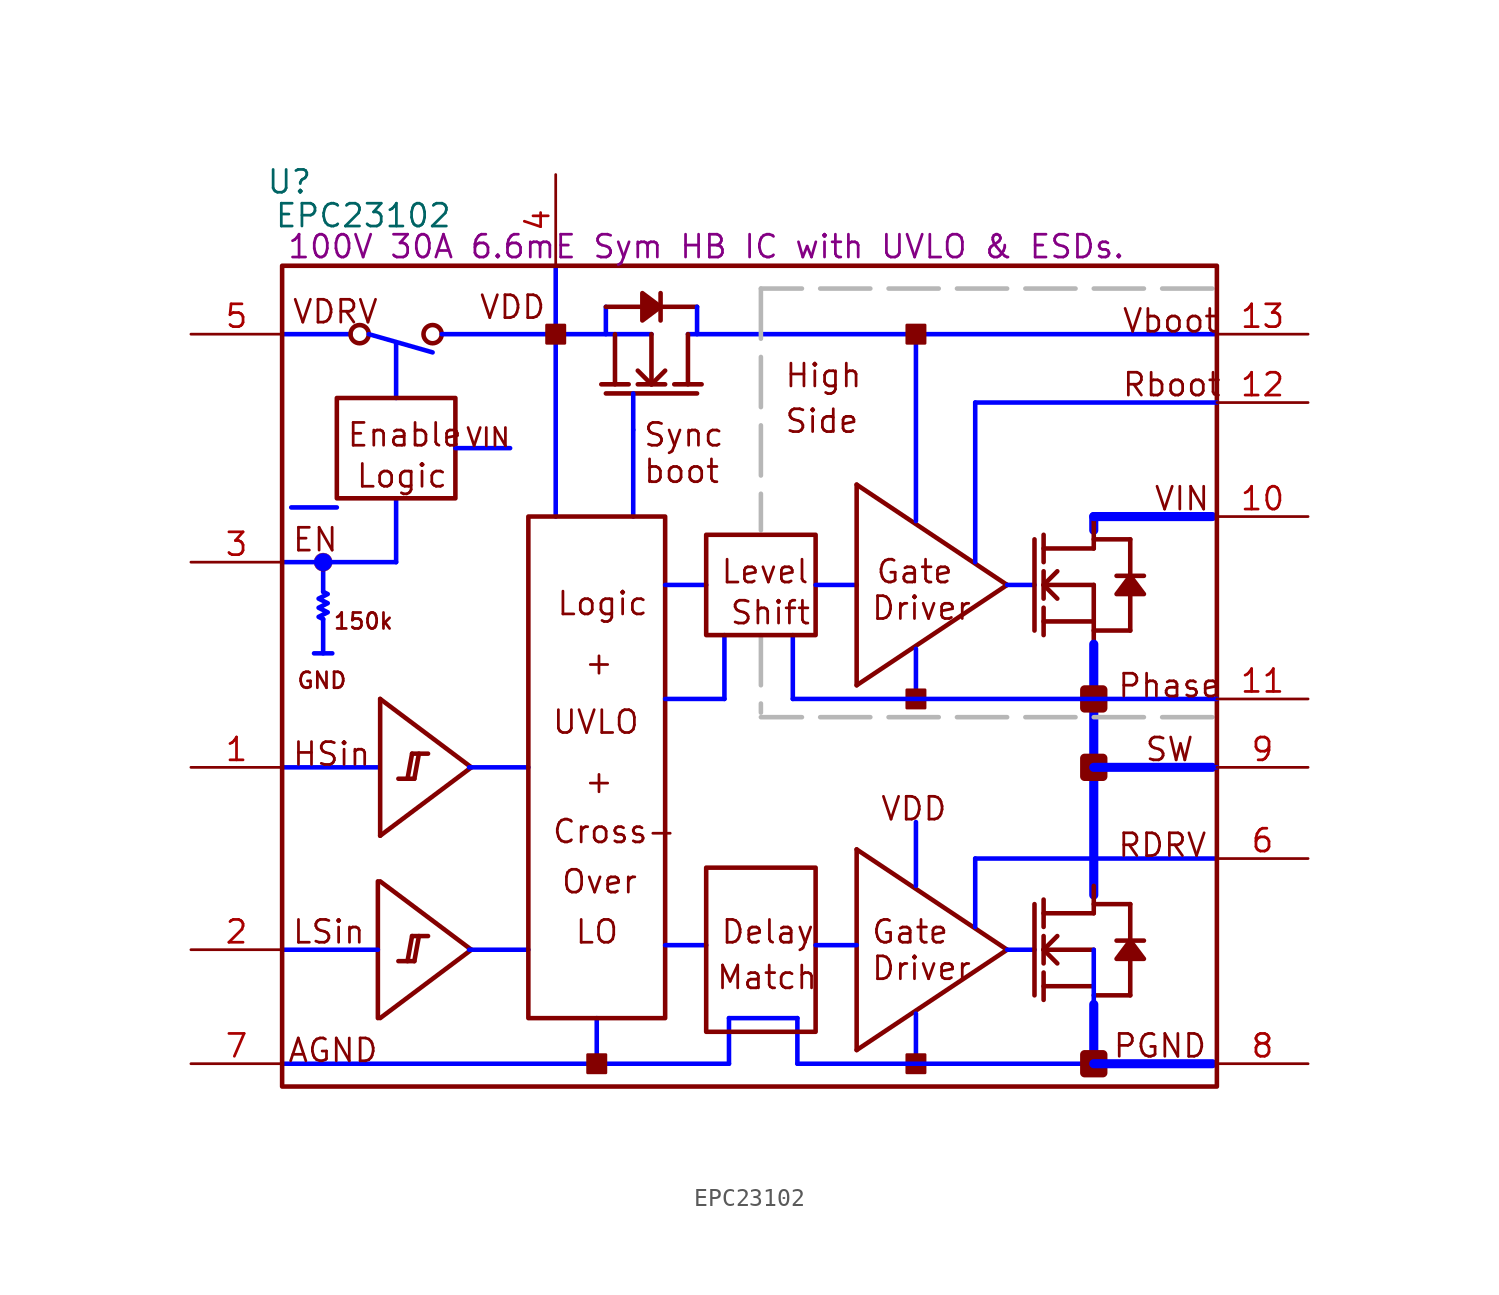
<source format=kicad_sym>
(kicad_symbol_lib
  (version 20231120)
  (generator "kicad_symbol_editor")
  (generator_version "8.0")
  (symbol "EPC23102"
    (property "Reference" "U"
      (at 5.486 50.394 0)
      (effects (font (size 1.27 1.27))))
    (property "Value" "EPC23102"
      (at 9.601 48.514 0)
      (effects (font (size 1.27 1.27))))
    (property "Description" "100V 30A 6.6mE Sym HB IC with UVLO & ESDs."
      (at 28.702 46.787 0)
      (effects (font (size 1.27 1.27))))
    (symbol "EPC23102_1_0"
      (polyline (pts (xy 5.08 1.27) (xy 29.972 1.27)) (stroke (width 0.254) (type solid) (color 0 0 255 1)) (fill (type none)))
      (polyline (pts (xy 5.08 41.91) (xy 8.89 41.91)) (stroke (width 0.254) (type solid) (color 0 0 255 1)) (fill (type none)))
      (polyline (pts (xy 5.588 32.258) (xy 8.128 32.258)) (stroke (width 0.254) (type solid) (color 0 0 255 1)) (fill (type none)))
      (polyline (pts (xy 7.366 26.035) (xy 7.366 24.13)) (stroke (width 0.254) (type solid) (color 0 0 255 1)) (fill (type none)))
      (polyline (pts (xy 7.366 29.21) (xy 7.366 27.559)) (stroke (width 0.254) (type solid) (color 0 0 255 1)) (fill (type none)))
      (polyline (pts (xy 7.874 24.13) (xy 6.858 24.13)) (stroke (width 0.254) (type solid) (color 0 0 255 1)) (fill (type none)))
      (polyline (pts (xy 9.906 41.91) (xy 13.462 40.894)) (stroke (width 0.254) (type solid) (color 0 0 255 1)) (fill (type none)))
      (polyline (pts (xy 10.414 7.62) (xy 5.08 7.62)) (stroke (width 0.254) (type solid) (color 0 0 255 1)) (fill (type none)))
      (polyline (pts (xy 10.414 11.43) (xy 10.414 3.81)) (stroke (width 0.254) (type solid)) (fill (type none)))
      (polyline (pts (xy 10.414 17.78) (xy 5.08 17.78)) (stroke (width 0.254) (type solid) (color 0 0 255 1)) (fill (type none)))
      (polyline (pts (xy 10.541 3.81) (xy 15.621 7.62)) (stroke (width 0.254) (type solid)) (fill (type none)))
      (polyline (pts (xy 10.541 11.43) (xy 15.621 7.62)) (stroke (width 0.254) (type solid)) (fill (type none)))
      (polyline (pts (xy 10.541 13.97) (xy 15.621 17.78)) (stroke (width 0.254) (type solid)) (fill (type none)))
      (polyline (pts (xy 10.541 21.59) (xy 10.541 13.97)) (stroke (width 0.254) (type solid)) (fill (type none)))
      (polyline (pts (xy 10.541 21.59) (xy 15.621 17.78)) (stroke (width 0.254) (type solid)) (fill (type none)))
      (polyline (pts (xy 11.43 29.21) (xy 5.08 29.21)) (stroke (width 0.254) (type solid) (color 0 0 255 1)) (fill (type none)))
      (polyline (pts (xy 11.43 29.21) (xy 11.43 32.766)) (stroke (width 0.254) (type solid) (color 0 0 255 1)) (fill (type none)))
      (polyline (pts (xy 11.43 38.354) (xy 11.43 41.402)) (stroke (width 0.254) (type solid) (color 0 0 255 1)) (fill (type none)))
      (polyline (pts (xy 12.065 6.985) (xy 12.319 8.382)) (stroke (width 0.254) (type solid)) (fill (type none)))
      (polyline (pts (xy 12.065 17.145) (xy 12.319 18.542)) (stroke (width 0.254) (type solid)) (fill (type none)))
      (polyline (pts (xy 12.446 6.985) (xy 11.557 6.985)) (stroke (width 0.254) (type solid)) (fill (type none)))
      (polyline (pts (xy 12.446 6.985) (xy 12.7 8.382)) (stroke (width 0.254) (type solid)) (fill (type none)))
      (polyline (pts (xy 12.446 17.145) (xy 11.557 17.145)) (stroke (width 0.254) (type solid)) (fill (type none)))
      (polyline (pts (xy 12.446 17.145) (xy 12.7 18.542)) (stroke (width 0.254) (type solid)) (fill (type none)))
      (polyline (pts (xy 13.208 8.382) (xy 12.319 8.382)) (stroke (width 0.254) (type solid)) (fill (type none)))
      (polyline (pts (xy 13.208 18.542) (xy 12.319 18.542)) (stroke (width 0.254) (type solid)) (fill (type none)))
      (polyline (pts (xy 13.97 41.91) (xy 25.654 41.91)) (stroke (width 0.254) (type solid) (color 0 0 255 1)) (fill (type none)))
      (polyline (pts (xy 15.494 7.62) (xy 18.796 7.62)) (stroke (width 0.254) (type solid) (color 0 0 255 1)) (fill (type none)))
      (polyline (pts (xy 15.494 17.78) (xy 18.796 17.78)) (stroke (width 0.254) (type solid) (color 0 0 255 1)) (fill (type none)))
      (polyline (pts (xy 17.78 35.56) (xy 14.732 35.56)) (stroke (width 0.254) (type solid) (color 0 0 255 1)) (fill (type none)))
      (polyline (pts (xy 20.32 31.75) (xy 20.32 45.72)) (stroke (width 0.254) (type solid) (color 0 0 255 1)) (fill (type none)))
      (polyline (pts (xy 22.606 1.27) (xy 22.606 3.81)) (stroke (width 0.254) (type solid) (color 0 0 255 1)) (fill (type none)))
      (polyline (pts (xy 23.114 38.608) (xy 28.194 38.608)) (stroke (width 0.254) (type solid)) (fill (type none)))
      (polyline (pts (xy 23.114 43.434) (xy 23.114 41.91)) (stroke (width 0.254) (type solid) (color 0 0 255 1)) (fill (type none)))
      (polyline (pts (xy 23.114 43.434) (xy 25.146 43.434)) (stroke (width 0.254) (type solid)) (fill (type none)))
      (polyline (pts (xy 23.622 41.91) (xy 23.622 39.116)) (stroke (width 0.254) (type solid)) (fill (type none)))
      (polyline (pts (xy 24.384 39.116) (xy 22.86 39.116)) (stroke (width 0.254) (type solid)) (fill (type none)))
      (polyline (pts (xy 24.638 31.75) (xy 24.638 36.576)) (stroke (width 0.254) (type solid) (color 0 0 255 1)) (fill (type none)))
      (polyline (pts (xy 24.638 38.608) (xy 24.638 36.576)) (stroke (width 0.254) (type solid) (color 0 0 255 1)) (fill (type none)))
      (polyline (pts (xy 25.654 39.116) (xy 24.892 39.878)) (stroke (width 0.254) (type solid)) (fill (type none)))
      (polyline (pts (xy 25.654 39.116) (xy 25.654 41.91)) (stroke (width 0.254) (type solid)) (fill (type none)))
      (polyline (pts (xy 26.162 42.672) (xy 26.162 44.196)) (stroke (width 0.254) (type solid)) (fill (type none)))
      (polyline (pts (xy 26.162 43.434) (xy 28.194 43.434)) (stroke (width 0.254) (type solid)) (fill (type none)))
      (polyline (pts (xy 26.416 27.94) (xy 28.702 27.94)) (stroke (width 0.254) (type solid) (color 0 0 255 1)) (fill (type none)))
      (polyline (pts (xy 26.416 39.116) (xy 24.892 39.116)) (stroke (width 0.254) (type solid)) (fill (type none)))
      (polyline (pts (xy 26.416 39.878) (xy 25.654 39.116)) (stroke (width 0.254) (type solid)) (fill (type none)))
      (polyline (pts (xy 27.686 39.116) (xy 27.686 41.91)) (stroke (width 0.254) (type solid)) (fill (type none)))
      (polyline (pts (xy 27.686 41.91) (xy 57.15 41.91)) (stroke (width 0.254) (type solid) (color 0 0 255 1)) (fill (type none)))
      (polyline (pts (xy 28.194 43.434) (xy 28.194 41.91)) (stroke (width 0.254) (type solid) (color 0 0 255 1)) (fill (type none)))
      (polyline (pts (xy 28.448 39.116) (xy 26.924 39.116)) (stroke (width 0.254) (type solid)) (fill (type none)))
      (polyline (pts (xy 28.702 7.874) (xy 26.416 7.874)) (stroke (width 0.254) (type solid) (color 0 0 255 1)) (fill (type none)))
      (polyline (pts (xy 29.718 21.59) (xy 26.416 21.59)) (stroke (width 0.254) (type solid) (color 0 0 255 1)) (fill (type none)))
      (polyline (pts (xy 29.718 21.59) (xy 29.718 25.146)) (stroke (width 0.254) (type solid) (color 0 0 255 1)) (fill (type none)))
      (polyline (pts (xy 29.972 1.27) (xy 29.972 3.048)) (stroke (width 0.254) (type solid) (color 0 0 255 1)) (fill (type none)))
      (polyline (pts (xy 29.972 3.048) (xy 29.972 3.81)) (stroke (width 0.254) (type solid) (color 0 0 255 1)) (fill (type none)))
      (polyline (pts (xy 29.972 3.81) (xy 33.782 3.81)) (stroke (width 0.254) (type solid) (color 0 0 255 1)) (fill (type none)))
      (polyline (pts (xy 31.75 25.146) (xy 31.75 20.828)) (stroke (width 0.254) (type dash) (color 183 183 183 1)) (fill (type none)))
      (polyline (pts (xy 31.75 44.45) (xy 31.75 30.988)) (stroke (width 0.254) (type dash) (color 183 183 183 1)) (fill (type none)))
      (polyline (pts (xy 33.528 21.59) (xy 33.528 25.146)) (stroke (width 0.254) (type solid) (color 0 0 255 1)) (fill (type none)))
      (polyline (pts (xy 33.782 1.27) (xy 33.782 3.048)) (stroke (width 0.254) (type solid) (color 0 0 255 1)) (fill (type none)))
      (polyline (pts (xy 33.782 3.048) (xy 33.782 3.81)) (stroke (width 0.254) (type solid) (color 0 0 255 1)) (fill (type none)))
      (polyline (pts (xy 34.798 27.94) (xy 37.084 27.94)) (stroke (width 0.254) (type solid) (color 0 0 255 1)) (fill (type none)))
      (polyline (pts (xy 37.084 2.032) (xy 45.466 7.62)) (stroke (width 0.254) (type solid)) (fill (type none)))
      (polyline (pts (xy 37.084 7.874) (xy 34.798 7.874)) (stroke (width 0.254) (type solid) (color 0 0 255 1)) (fill (type none)))
      (polyline (pts (xy 37.084 13.208) (xy 37.084 2.032)) (stroke (width 0.254) (type solid)) (fill (type none)))
      (polyline (pts (xy 37.084 13.208) (xy 45.466 7.62)) (stroke (width 0.254) (type solid)) (fill (type none)))
      (polyline (pts (xy 37.084 22.352) (xy 45.466 27.94)) (stroke (width 0.254) (type solid)) (fill (type none)))
      (polyline (pts (xy 37.084 33.528) (xy 37.084 22.352)) (stroke (width 0.254) (type solid)) (fill (type none)))
      (polyline (pts (xy 37.084 33.528) (xy 45.466 27.94)) (stroke (width 0.254) (type solid)) (fill (type none)))
      (polyline (pts (xy 40.386 1.27) (xy 40.386 4.064)) (stroke (width 0.254) (type solid) (color 0 0 255 1)) (fill (type none)))
      (polyline (pts (xy 40.386 11.176) (xy 40.386 14.732)) (stroke (width 0.254) (type solid) (color 0 0 255 1)) (fill (type none)))
      (polyline (pts (xy 40.386 21.59) (xy 40.386 24.384)) (stroke (width 0.254) (type solid) (color 0 0 255 1)) (fill (type none)))
      (polyline (pts (xy 40.386 31.496) (xy 40.386 41.91)) (stroke (width 0.254) (type solid) (color 0 0 255 1)) (fill (type none)))
      (polyline (pts (xy 43.688 8.89) (xy 43.688 12.7)) (stroke (width 0.254) (type solid) (color 0 0 255 1)) (fill (type none)))
      (polyline (pts (xy 43.688 12.7) (xy 57.15 12.7)) (stroke (width 0.254) (type solid) (color 0 0 255 1)) (fill (type none)))
      (polyline (pts (xy 43.688 29.21) (xy 43.688 38.1)) (stroke (width 0.254) (type solid) (color 0 0 255 1)) (fill (type none)))
      (polyline (pts (xy 45.466 7.62) (xy 46.99 7.62)) (stroke (width 0.254) (type solid) (color 0 0 255 1)) (fill (type none)))
      (polyline (pts (xy 45.466 27.94) (xy 46.99 27.94)) (stroke (width 0.254) (type solid) (color 0 0 255 1)) (fill (type none)))
      (polyline (pts (xy 46.99 10.16) (xy 46.99 5.08)) (stroke (width 0.254) (type solid)) (fill (type none)))
      (polyline (pts (xy 46.99 30.48) (xy 46.99 25.4)) (stroke (width 0.254) (type solid)) (fill (type none)))
      (polyline (pts (xy 47.498 4.826) (xy 47.498 6.35)) (stroke (width 0.254) (type solid)) (fill (type none)))
      (polyline (pts (xy 47.498 5.588) (xy 50.292 5.588)) (stroke (width 0.254) (type solid)) (fill (type none)))
      (polyline (pts (xy 47.498 6.858) (xy 47.498 8.382)) (stroke (width 0.254) (type solid)) (fill (type none)))
      (polyline (pts (xy 47.498 7.62) (xy 48.26 8.382)) (stroke (width 0.254) (type solid)) (fill (type none)))
      (polyline (pts (xy 47.498 7.62) (xy 50.292 7.62)) (stroke (width 0.254) (type solid)) (fill (type none)))
      (polyline (pts (xy 47.498 8.89) (xy 47.498 10.414)) (stroke (width 0.254) (type solid)) (fill (type none)))
      (polyline (pts (xy 47.498 25.146) (xy 47.498 26.67)) (stroke (width 0.254) (type solid)) (fill (type none)))
      (polyline (pts (xy 47.498 25.908) (xy 50.292 25.908)) (stroke (width 0.254) (type solid)) (fill (type none)))
      (polyline (pts (xy 47.498 27.178) (xy 47.498 28.702)) (stroke (width 0.254) (type solid)) (fill (type none)))
      (polyline (pts (xy 47.498 27.94) (xy 48.26 28.702)) (stroke (width 0.254) (type solid)) (fill (type none)))
      (polyline (pts (xy 47.498 27.94) (xy 50.292 27.94)) (stroke (width 0.254) (type solid)) (fill (type none)))
      (polyline (pts (xy 47.498 29.21) (xy 47.498 30.734)) (stroke (width 0.254) (type solid)) (fill (type none)))
      (polyline (pts (xy 48.26 6.858) (xy 47.498 7.62)) (stroke (width 0.254) (type solid)) (fill (type none)))
      (polyline (pts (xy 48.26 27.178) (xy 47.498 27.94)) (stroke (width 0.254) (type solid)) (fill (type none)))
      (polyline (pts (xy 50.292 1.27) (xy 33.782 1.27)) (stroke (width 0.254) (type solid) (color 0 0 255 1)) (fill (type none)))
      (polyline (pts (xy 50.292 1.27) (xy 50.292 7.62)) (stroke (width 0.254) (type solid) (color 0 0 255 1)) (fill (type none)))
      (polyline (pts (xy 50.292 1.524) (xy 50.292 4.572)) (stroke (width 0.508) (type solid) (color 0 0 255 1)) (fill (type none)))
      (polyline (pts (xy 50.292 5.08) (xy 52.324 5.08)) (stroke (width 0.254) (type solid)) (fill (type none)))
      (polyline (pts (xy 50.292 9.652) (xy 47.498 9.652)) (stroke (width 0.254) (type solid)) (fill (type none)))
      (polyline (pts (xy 50.292 9.652) (xy 50.292 11.176)) (stroke (width 0.254) (type solid)) (fill (type none)))
      (polyline (pts (xy 50.292 10.16) (xy 52.324 10.16)) (stroke (width 0.254) (type solid)) (fill (type none)))
      (polyline (pts (xy 50.292 10.668) (xy 50.292 21.59)) (stroke (width 0.508) (type solid) (color 0 0 255 1)) (fill (type none)))
      (polyline (pts (xy 50.292 21.59) (xy 50.292 24.638)) (stroke (width 0.508) (type solid) (color 0 0 255 1)) (fill (type none)))
      (polyline (pts (xy 50.292 25.4) (xy 52.324 25.4)) (stroke (width 0.254) (type solid)) (fill (type none)))
      (polyline (pts (xy 50.292 27.94) (xy 50.292 22.86)) (stroke (width 0.254) (type solid)) (fill (type none)))
      (polyline (pts (xy 50.292 29.972) (xy 47.498 29.972)) (stroke (width 0.254) (type solid)) (fill (type none)))
      (polyline (pts (xy 50.292 29.972) (xy 50.292 31.496)) (stroke (width 0.254) (type solid)) (fill (type none)))
      (polyline (pts (xy 50.292 30.48) (xy 52.324 30.48)) (stroke (width 0.254) (type solid)) (fill (type none)))
      (polyline (pts (xy 50.292 30.988) (xy 50.292 31.75)) (stroke (width 0.508) (type solid) (color 0 0 255 1)) (fill (type none)))
      (polyline (pts (xy 50.292 31.75) (xy 57.15 31.75)) (stroke (width 0.254) (type solid) (color 0 0 255 1)) (fill (type none)))
      (polyline (pts (xy 52.324 7.112) (xy 52.324 5.08)) (stroke (width 0.254) (type solid)) (fill (type none)))
      (polyline (pts (xy 52.324 10.16) (xy 52.324 8.128)) (stroke (width 0.254) (type solid)) (fill (type none)))
      (polyline (pts (xy 52.324 27.432) (xy 52.324 25.4)) (stroke (width 0.254) (type solid)) (fill (type none)))
      (polyline (pts (xy 52.324 30.48) (xy 52.324 28.448)) (stroke (width 0.254) (type solid)) (fill (type none)))
      (polyline (pts (xy 53.086 8.128) (xy 51.562 8.128)) (stroke (width 0.254) (type solid)) (fill (type none)))
      (polyline (pts (xy 53.086 28.448) (xy 51.562 28.448)) (stroke (width 0.254) (type solid)) (fill (type none)))
      (polyline (pts (xy 56.896 1.27) (xy 50.292 1.27)) (stroke (width 0.508) (type solid) (color 0 0 255 1)) (fill (type none)))
      (polyline (pts (xy 56.896 17.78) (xy 50.292 17.78)) (stroke (width 0.508) (type solid) (color 0 0 255 1)) (fill (type none)))
      (polyline (pts (xy 56.896 20.574) (xy 31.75 20.574)) (stroke (width 0.254) (type dash) (color 183 183 183 1)) (fill (type none)))
      (polyline (pts (xy 56.896 31.75) (xy 50.292 31.75)) (stroke (width 0.508) (type solid) (color 0 0 255 1)) (fill (type none)))
      (polyline (pts (xy 56.896 44.45) (xy 31.75 44.45)) (stroke (width 0.254) (type dash) (color 183 183 183 1)) (fill (type none)))
      (polyline (pts (xy 57.15 17.78) (xy 50.292 17.78)) (stroke (width 0.254) (type solid) (color 0 0 255 1)) (fill (type none)))
      (polyline (pts (xy 57.15 21.59) (xy 33.528 21.59)) (stroke (width 0.254) (type solid) (color 0 0 255 1)) (fill (type none)))
      (polyline (pts (xy 57.15 38.1) (xy 43.688 38.1)) (stroke (width 0.254) (type solid) (color 0 0 255 1)) (fill (type none)))
      (polyline (pts (xy 26.162 43.434) (xy 25.146 44.196) (xy 25.146 42.672) (xy 26.162 43.434)) (stroke (width 0.254) (type solid)) (fill (type outline)))
      (polyline (pts (xy 52.324 8.128) (xy 51.562 7.112) (xy 53.086 7.112) (xy 52.324 8.128)) (stroke (width 0.254) (type solid)) (fill (type outline)))
      (polyline (pts (xy 52.324 28.448) (xy 51.562 27.432) (xy 53.086 27.432) (xy 52.324 28.448)) (stroke (width 0.254) (type solid)) (fill (type outline)))
      (polyline (pts (xy 7.366 26.035) (xy 7.112 26.162) (xy 7.62 26.416) (xy 7.112 26.67) (xy 7.62 26.924) (xy 7.112 27.178) (xy 7.62 27.432) (xy 7.366 27.559)) (stroke (width 0.254) (type solid) (color 0 0 255 1)) (fill (type none)))
      (circle (center 7.366 29.21) (radius 0.508) (stroke (width 0.0001) (type solid)) (fill (type color) (color 0 0 255 1)))
      (circle (center 9.398 41.91) (radius 0.508) (stroke (width 0.254) (type solid)) (fill (type none)))
      (circle (center 13.462 41.91) (radius 0.508) (stroke (width 0.254) (type solid)) (fill (type none)))
      (rectangle (start 14.732 38.354) (end 8.128 32.766) (stroke (width 0.254) (type solid)) (fill (type none)))
      (rectangle (start 20.828 42.418) (end 19.812 41.402) (stroke (width 0) (type solid)) (fill (type outline)))
      (rectangle (start 23.114 1.778) (end 22.098 0.762) (stroke (width 0) (type solid)) (fill (type outline)))
      (rectangle (start 26.416 31.75) (end 18.796 3.81) (stroke (width 0.254) (type solid)) (fill (type none)))
      (rectangle (start 34.798 12.192) (end 28.702 3.048) (stroke (width 0.254) (type solid)) (fill (type none)))
      (rectangle (start 34.798 30.734) (end 28.702 25.146) (stroke (width 0.254) (type solid)) (fill (type none)))
      (rectangle (start 40.894 1.778) (end 39.878 0.762) (stroke (width 0) (type solid)) (fill (type outline)))
      (rectangle (start 40.894 22.098) (end 39.878 21.082) (stroke (width 0) (type solid)) (fill (type outline)))
      (rectangle (start 40.894 42.418) (end 39.878 41.402) (stroke (width 0) (type solid)) (fill (type outline)))
      (rectangle (start 50.8 1.778) (end 49.784 0.762) (stroke (width 0.508) (type solid)) (fill (type outline)))
      (rectangle (start 50.8 18.288) (end 49.784 17.272) (stroke (width 0.508) (type solid)) (fill (type outline)))
      (rectangle (start 50.8 22.098) (end 49.784 21.082) (stroke (width 0.508) (type solid)) (fill (type outline)))
      (rectangle (start 57.15 45.72) (end 5.08 0) (stroke (width 0.254) (type solid)) (fill (type none)))
      (text "+" (at 21.844 16.256 0) (effects (font (size 1.27 1.27)) (justify left bottom)))
      (text "+" (at 21.844 22.86 0) (effects (font (size 1.27 1.27)) (justify left bottom)))
      (text "150k" (at 7.874 25.4 0) (effects (font (size 0.889 0.889)) (justify left bottom)))
      (text "AGND" (at 5.334 1.27 0) (effects (font (size 1.27 1.27)) (justify left bottom)))
      (text "boot" (at 25.146 33.528 0) (effects (font (size 1.27 1.27)) (justify left bottom)))
      (text "Cross-" (at 20.066 13.462 0) (effects (font (size 1.27 1.27)) (justify left bottom)))
      (text "Delay" (at 29.464 7.874 0) (effects (font (size 1.27 1.27)) (justify left bottom)))
      (text "Driver" (at 37.846 5.842 0) (effects (font (size 1.27 1.27)) (justify left bottom)))
      (text "Driver" (at 37.846 25.908 0) (effects (font (size 1.27 1.27)) (justify left bottom)))
      (text "EN" (at 5.588 29.718 0) (effects (font (size 1.27 1.27)) (justify left bottom)))
      (text "Enable" (at 8.636 35.56 0) (effects (font (size 1.27 1.27)) (justify left bottom)))
      (text "Gate" (at 37.846 7.874 0) (effects (font (size 1.27 1.27)) (justify left bottom)))
      (text "Gate" (at 38.1 27.94 0) (effects (font (size 1.27 1.27)) (justify left bottom)))
      (text "GND" (at 5.842 22.098 0) (effects (font (size 0.889 0.889)) (justify left bottom)))
      (text "High" (at 33.02 38.862 0) (effects (font (size 1.27 1.27)) (justify left bottom)))
      (text "HSin" (at 5.588 17.78 0) (effects (font (size 1.27 1.27)) (justify left bottom)))
      (text "Level" (at 29.464 27.94 0) (effects (font (size 1.27 1.27)) (justify left bottom)))
      (text "LO" (at 21.336 7.874 0) (effects (font (size 1.27 1.27)) (justify left bottom)))
      (text "Logic" (at 9.144 33.274 0) (effects (font (size 1.27 1.27)) (justify left bottom)))
      (text "Logic" (at 20.32 26.162 0) (effects (font (size 1.27 1.27)) (justify left bottom)))
      (text "LSin" (at 5.588 7.874 0) (effects (font (size 1.27 1.27)) (justify left bottom)))
      (text "Match" (at 29.21 5.334 0) (effects (font (size 1.27 1.27)) (justify left bottom)))
      (text "Over" (at 20.574 10.668 0) (effects (font (size 1.27 1.27)) (justify left bottom)))
      (text "PGND" (at 51.308 1.524 0) (effects (font (size 1.27 1.27)) (justify left bottom)))
      (text "Phase" (at 51.562 21.59 0) (effects (font (size 1.27 1.27)) (justify left bottom)))
      (text "Rboot" (at 51.816 38.354 0) (effects (font (size 1.27 1.27)) (justify left bottom)))
      (text "RDRV" (at 51.562 12.7 0) (effects (font (size 1.27 1.27)) (justify left bottom)))
      (text "Shift" (at 29.972 25.654 0) (effects (font (size 1.27 1.27)) (justify left bottom)))
      (text "Side" (at 33.02 36.322 0) (effects (font (size 1.27 1.27)) (justify left bottom)))
      (text "SW" (at 53.086 18.034 0) (effects (font (size 1.27 1.27)) (justify left bottom)))
      (text "Sync" (at 25.146 35.56 0) (effects (font (size 1.27 1.27)) (justify left bottom)))
      (text "UVLO" (at 20.066 19.558 0) (effects (font (size 1.27 1.27)) (justify left bottom)))
      (text "Vboot" (at 51.816 41.91 0) (effects (font (size 1.27 1.27)) (justify left bottom)))
      (text "VDD" (at 16.002 42.672 0) (effects (font (size 1.27 1.27)) (justify left bottom)))
      (text "VDD" (at 38.354 14.732 0) (effects (font (size 1.27 1.27)) (justify left bottom)))
      (text "VDRV" (at 5.588 42.418 0) (effects (font (size 1.27 1.27)) (justify left bottom)))
      (text "VIN" (at 15.24 35.56 0) (effects (font (size 1.016 1.016)) (justify left bottom)))
      (text "VIN" (at 53.594 32.004 0) (effects (font (size 1.27 1.27)) (justify left bottom)))
      (pin passive line (at 0 17.78 0) (length 5.08) (name "HSin" (effects (font (size 0 0)))) (number "1" (effects (font (size 1.27 1.27)))))
      (pin passive line (at 62.23 31.75 180) (length 5.08) (name "VIN" (effects (font (size 0 0)))) (number "10" (effects (font (size 1.27 1.27)))))
      (pin passive line (at 62.23 21.59 180) (length 5.08) (name "Phase" (effects (font (size 0 0)))) (number "11" (effects (font (size 1.27 1.27)))))
      (pin passive line (at 62.23 38.1 180) (length 5.08) (name "Rboot" (effects (font (size 0 0)))) (number "12" (effects (font (size 1.27 1.27)))))
      (pin passive line (at 62.23 41.91 180) (length 5.08) (name "Vboot" (effects (font (size 0 0)))) (number "13" (effects (font (size 1.27 1.27)))))
      (pin passive line (at 0 7.62 0) (length 5.08) (name "LSin" (effects (font (size 0 0)))) (number "2" (effects (font (size 1.27 1.27)))))
      (pin passive line (at 0 29.21 0) (length 5.08) (name "ENb" (effects (font (size 0 0)))) (number "3" (effects (font (size 1.27 1.27)))))
      (pin passive line (at 20.32 50.8 270) (length 5.08) (name "VDD" (effects (font (size 0 0)))) (number "4" (effects (font (size 1.27 1.27)))))
      (pin passive line (at 0 41.91 0) (length 5.08) (name "VDRV" (effects (font (size 0 0)))) (number "5" (effects (font (size 1.27 1.27)))))
      (pin passive line (at 62.23 12.7 180) (length 5.08) (name "RDRV" (effects (font (size 0 0)))) (number "6" (effects (font (size 1.27 1.27)))))
      (pin passive line (at 0 1.27 0) (length 5.08) (name "AGND" (effects (font (size 0 0)))) (number "7" (effects (font (size 1.27 1.27)))))
      (pin passive line (at 62.23 1.27 180) (length 5.08) (name "PGND" (effects (font (size 0 0)))) (number "8" (effects (font (size 1.27 1.27)))))
      (pin passive line (at 62.23 17.78 180) (length 5.08) (name "SW" (effects (font (size 0 0)))) (number "9" (effects (font (size 1.27 1.27))))))))
</source>
